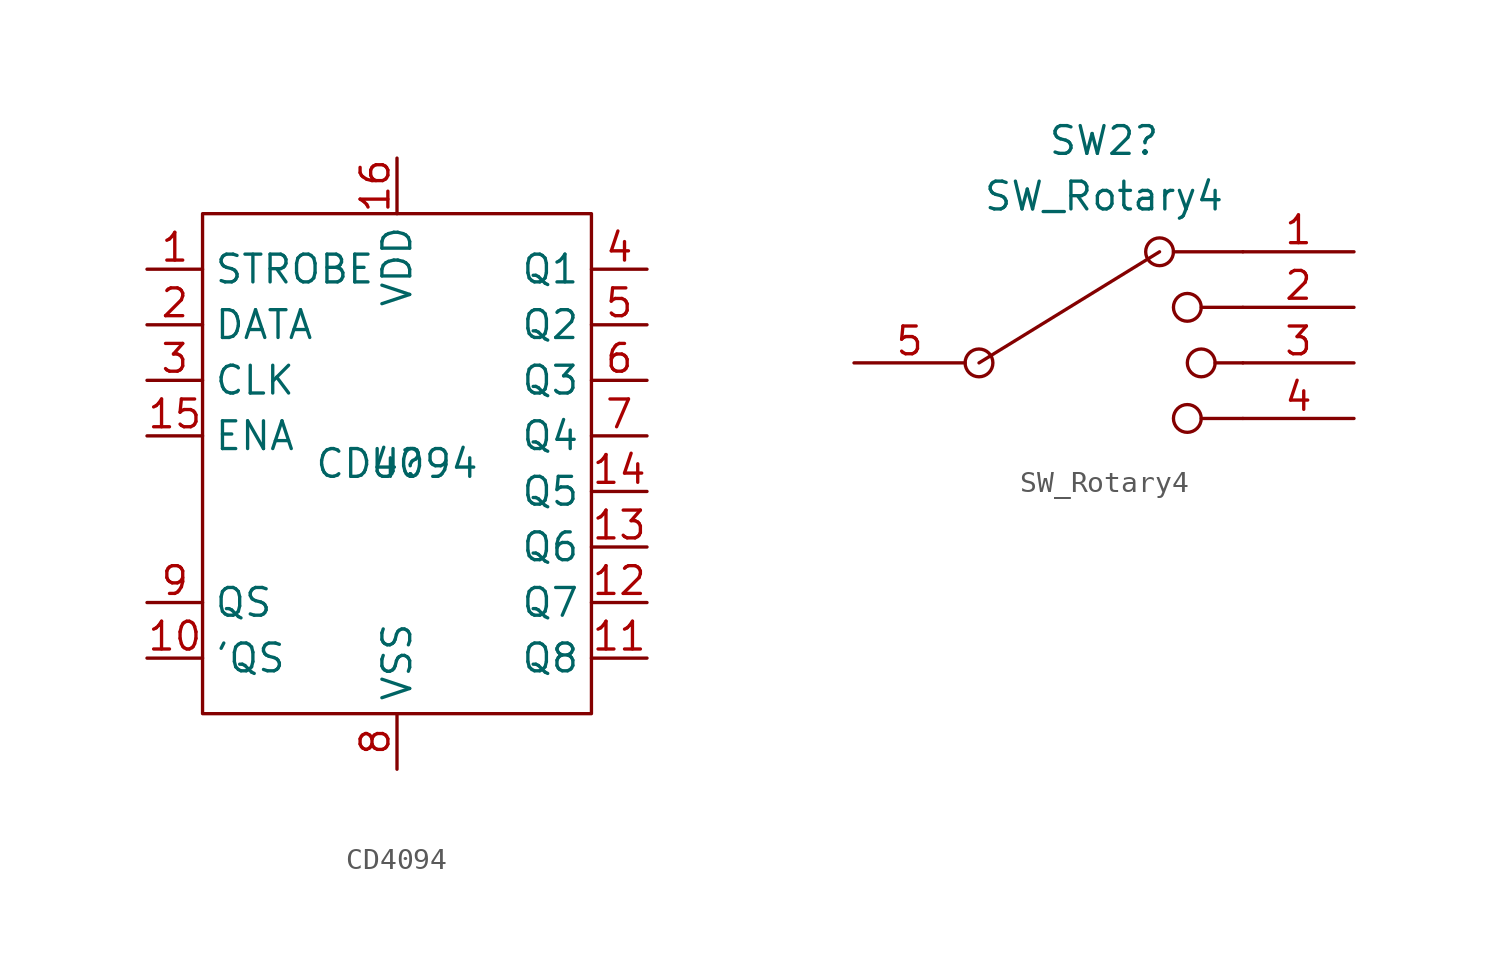
<source format=kicad_sym>
(kicad_symbol_lib
  (version 20220914)
  (generator kicad_symbol_editor)
  (symbol "CD4094"
    (property "Reference" "U"
      (at 0 0 0)
      (effects (font (size 1.27 1.27))))
    (property "Value" "CD4094"
      (at 0 0 0)
      (effects (font (size 1.27 1.27))))
    (symbol "CD4094_0_1"
      (rectangle (start -8.89 11.43) (end 8.89 -11.43) (stroke (width 0) (type default)) (fill (type none))))
    (symbol "CD4094_1_1"
      (pin input line (at -11.43 8.89 0) (length 2.54) (name "STROBE" (effects (font (size 1.27 1.27)))) (number "1" (effects (font (size 1.27 1.27)))))
      (pin input line (at -11.43 -8.89 0) (length 2.54) (name "'QS" (effects (font (size 1.27 1.27)))) (number "10" (effects (font (size 1.27 1.27)))))
      (pin output line (at 11.43 -8.89 180) (length 2.54) (name "Q8" (effects (font (size 1.27 1.27)))) (number "11" (effects (font (size 1.27 1.27)))))
      (pin output line (at 11.43 -6.35 180) (length 2.54) (name "Q7" (effects (font (size 1.27 1.27)))) (number "12" (effects (font (size 1.27 1.27)))))
      (pin output line (at 11.43 -3.81 180) (length 2.54) (name "Q6" (effects (font (size 1.27 1.27)))) (number "13" (effects (font (size 1.27 1.27)))))
      (pin output line (at 11.43 -1.27 180) (length 2.54) (name "Q5" (effects (font (size 1.27 1.27)))) (number "14" (effects (font (size 1.27 1.27)))))
      (pin input line (at -11.43 1.27 0) (length 2.54) (name "ENA" (effects (font (size 1.27 1.27)))) (number "15" (effects (font (size 1.27 1.27)))))
      (pin power_in line (at 0 13.97 270) (length 2.54) (name "VDD" (effects (font (size 1.27 1.27)))) (number "16" (effects (font (size 1.27 1.27)))))
      (pin input line (at -11.43 6.35 0) (length 2.54) (name "DATA" (effects (font (size 1.27 1.27)))) (number "2" (effects (font (size 1.27 1.27)))))
      (pin input line (at -11.43 3.81 0) (length 2.54) (name "CLK" (effects (font (size 1.27 1.27)))) (number "3" (effects (font (size 1.27 1.27)))))
      (pin output line (at 11.43 8.89 180) (length 2.54) (name "Q1" (effects (font (size 1.27 1.27)))) (number "4" (effects (font (size 1.27 1.27)))))
      (pin output line (at 11.43 6.35 180) (length 2.54) (name "Q2" (effects (font (size 1.27 1.27)))) (number "5" (effects (font (size 1.27 1.27)))))
      (pin output line (at 11.43 3.81 180) (length 2.54) (name "Q3" (effects (font (size 1.27 1.27)))) (number "6" (effects (font (size 1.27 1.27)))))
      (pin output line (at 11.43 1.27 180) (length 2.54) (name "Q4" (effects (font (size 1.27 1.27)))) (number "7" (effects (font (size 1.27 1.27)))))
      (pin power_in line (at 0 -13.97 90) (length 2.54) (name "VSS" (effects (font (size 1.27 1.27)))) (number "8" (effects (font (size 1.27 1.27)))))
      (pin input line (at -11.43 -6.35 0) (length 2.54) (name "QS" (effects (font (size 1.27 1.27)))) (number "9" (effects (font (size 1.27 1.27)))))))
  (symbol "SW_Rotary4"
    (pin_names
      (offset 1.016) hide)
    (property "Reference" "SW2"
      (at 1.27 10.16 0)
      (effects (font (size 1.27 1.27))))
    (property "Value" "SW_Rotary4"
      (at 1.27 7.62 0)
      (effects (font (size 1.27 1.27))))
    (symbol "SW_Rotary4_0_0"
      (circle (center -4.445 0) (radius 0.635) (stroke (width 0) (type default)) (fill (type none)))
      (polyline (pts (xy -4.445 0) (xy 3.81 5.08)) (stroke (width 0) (type default)) (fill (type none)))
      (polyline (pts (xy 4.445 5.08) (xy 7.62 5.08)) (stroke (width 0) (type default)) (fill (type none)))
      (polyline (pts (xy 5.715 -2.54) (xy 7.62 -2.54)) (stroke (width 0) (type default)) (fill (type none)))
      (polyline (pts (xy 5.715 2.54) (xy 7.62 2.54)) (stroke (width 0) (type default)) (fill (type none)))
      (polyline (pts (xy 6.35 0) (xy 7.62 0)) (stroke (width 0) (type default)) (fill (type none)))
      (circle (center 3.81 5.08) (radius 0.635) (stroke (width 0) (type default)) (fill (type none)))
      (circle (center 5.08 -2.54) (radius 0.635) (stroke (width 0) (type default)) (fill (type none)))
      (circle (center 5.08 2.54) (radius 0.635) (stroke (width 0) (type default)) (fill (type none)))
      (circle (center 5.715 0) (radius 0.635) (stroke (width 0) (type default)) (fill (type none))))
    (symbol "SW_Rotary4_0_1"
      (pin passive line (at 12.7 5.08 180) (length 5.08) (name "1" (effects (font (size 1.27 1.27)))) (number "1" (effects (font (size 1.27 1.27)))))
      (pin passive line (at 12.7 2.54 180) (length 5.08) (name "2" (effects (font (size 1.27 1.27)))) (number "2" (effects (font (size 1.27 1.27)))))
      (pin passive line (at 12.7 0 180) (length 5.08) (name "3" (effects (font (size 1.27 1.27)))) (number "3" (effects (font (size 1.27 1.27)))))
      (pin passive line (at 12.7 -2.54 180) (length 5.08) (name "4" (effects (font (size 1.27 1.27)))) (number "4" (effects (font (size 1.27 1.27))))))
    (symbol "SW_Rotary4_1_1"
      (pin passive line (at -10.16 0 0) (length 5.08) (name "5" (effects (font (size 1.27 1.27)))) (number "5" (effects (font (size 1.27 1.27))))))))
</source>
